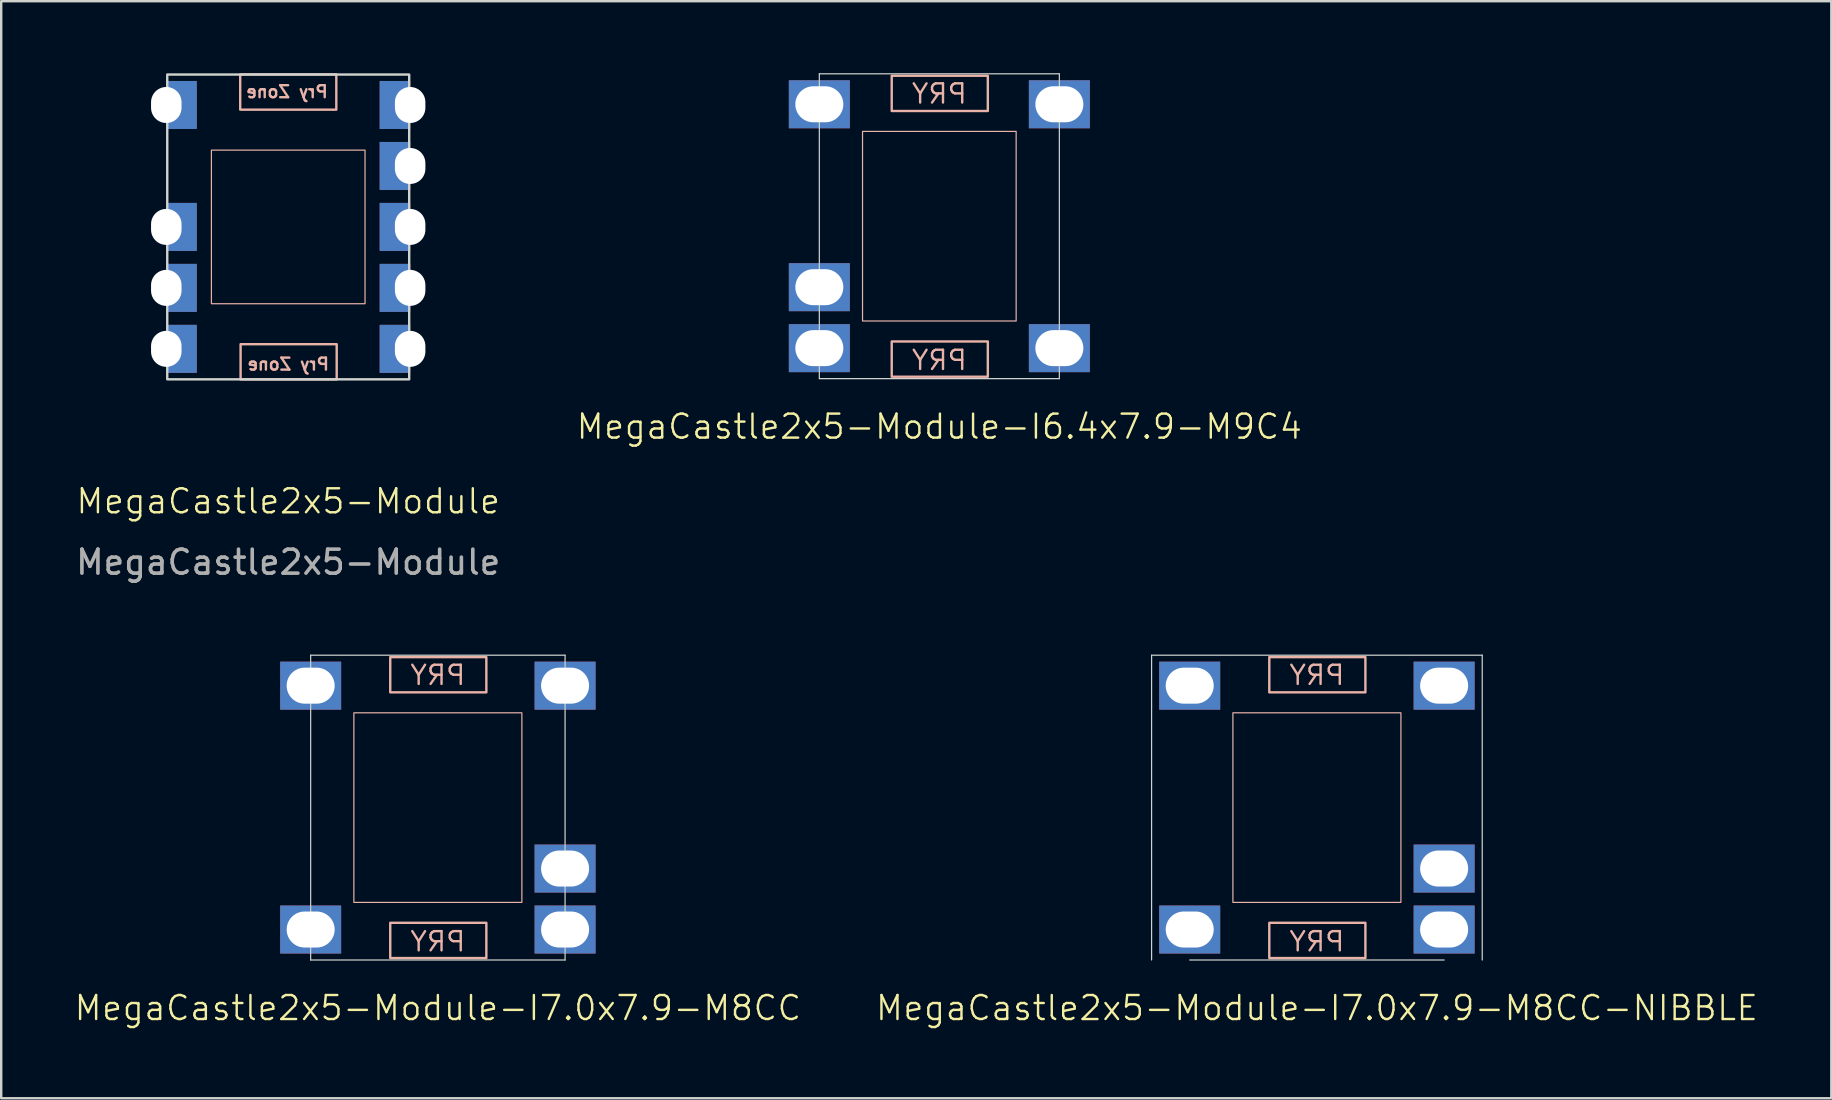
<source format=kicad_pcb>
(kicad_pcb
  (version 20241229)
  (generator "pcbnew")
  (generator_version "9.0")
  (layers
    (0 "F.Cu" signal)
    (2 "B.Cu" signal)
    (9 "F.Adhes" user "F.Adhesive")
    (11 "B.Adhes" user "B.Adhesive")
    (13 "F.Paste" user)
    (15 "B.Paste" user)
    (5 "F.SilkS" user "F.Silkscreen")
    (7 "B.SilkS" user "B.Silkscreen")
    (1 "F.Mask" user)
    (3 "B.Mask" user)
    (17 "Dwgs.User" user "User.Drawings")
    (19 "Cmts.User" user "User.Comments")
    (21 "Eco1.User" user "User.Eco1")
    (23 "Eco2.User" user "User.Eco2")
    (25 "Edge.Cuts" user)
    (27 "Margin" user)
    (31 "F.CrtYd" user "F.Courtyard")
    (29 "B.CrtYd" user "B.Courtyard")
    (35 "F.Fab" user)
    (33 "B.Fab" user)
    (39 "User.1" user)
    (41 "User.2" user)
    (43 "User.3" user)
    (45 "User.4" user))
  (footprint "MegaCastle2x5-Module-I7.0x7.9-M8CC-NIBBLE"
    (layer "F.Cu")
    (at 51.817 30.597)
    (property "Reference" "MegaCastle2x5-Module-I7.0x7.9-M8CC-NIBBLE" (at 0 8.35 0) (unlocked yes) (layer "F.SilkS") (effects (font (size 1 1) (thickness 0.1))))
    (attr smd)
    (fp_rect (start -3.5 3.95) (end 3.5 -3.95) (stroke (width 0.05) (type default)) (fill no) (layer "B.SilkS"))
    (fp_rect (start -1.984 -4.801) (end 2.02 -6.27) (stroke (width 0.1) (type default)) (fill no) (layer "B.SilkS"))
    (fp_rect (start -1.984 4.801) (end 2.02 6.27) (stroke (width 0.1) (type default)) (fill no) (layer "B.SilkS"))
    (fp_line (start -6.888 -6.35) (end -6.888 6.35) (stroke (width 0.05) (type default)) (layer "Edge.Cuts"))
    (fp_line (start -6.888 -6.35) (end 6.888 -6.35) (stroke (width 0.05) (type default)) (layer "Edge.Cuts"))
    (fp_line (start -5.3 6.35) (end 5.3 6.35) (stroke (width 0.05) (type default)) (layer "Edge.Cuts"))
    (fp_line (start 6.888 -6.35) (end 6.888 6.35) (stroke (width 0.05) (type default)) (layer "Edge.Cuts"))
    (fp_text user "PRY" (at 0 -5.05 0) (unlocked yes) (layer "B.SilkS") (effects (font (size 0.8 0.8) (thickness 0.1)) (justify bottom mirror)))
    (fp_text user "PRY" (at 0 6.05 0) (unlocked yes) (layer "B.SilkS") (effects (font (size 0.8 0.8) (thickness 0.1)) (justify bottom mirror)))
    (pad "1" thru_hole rect (at -5.3 -5.08) (size 2.54 2) (drill oval 2 1.5) (property pad_prop_castellated) (layers "*.Cu" "*.Mask"))
    (pad "5" thru_hole rect (at -5.3 5.08) (size 2.54 2) (drill oval 2 1.5) (property pad_prop_castellated) (layers "*.Cu" "*.Mask"))
    (pad "6" thru_hole rect (at 5.3 -5.08) (size 2.54 2) (drill oval 2 1.5) (property pad_prop_castellated) (layers "*.Cu" "*.Mask"))
    (pad "9" thru_hole rect (at 5.3 2.54) (size 2.54 2) (drill oval 2 1.5) (property pad_prop_castellated) (layers "*.Cu" "*.Mask"))
    (pad "10" thru_hole rect (at 5.3 5.08) (size 2.54 2) (drill oval 2 1.5) (property pad_prop_castellated) (layers "*.Cu" "*.Mask"))
    (zone (net_name "") (layer "B.Cu") (hatch edge 0.5) (connect_pads) (min_thickness 0.25) (filled_areas_thickness no) (keepout (tracks allowed) (vias allowed) (pads allowed) (copperpour allowed) (footprints not_allowed)) (placement (enabled no)) (fill) (polygon (pts (xy 46.517 36.947) (xy 46.517 24.247) (xy 48.317 24.247) (xy 48.317 36.947))))
    (zone (net_name "") (layer "B.Cu") (hatch edge 0.5) (connect_pads) (min_thickness 0.25) (filled_areas_thickness no) (keepout (tracks allowed) (vias allowed) (pads allowed) (copperpour allowed) (footprints not_allowed)) (placement (enabled no)) (fill) (polygon (pts (xy 48.317 24.247) (xy 48.317 26.647) (xy 55.317 26.647) (xy 55.317 24.247))))
    (zone (net_name "") (layer "B.Cu") (hatch edge 0.5) (connect_pads) (min_thickness 0.25) (filled_areas_thickness no) (keepout (tracks allowed) (vias allowed) (pads allowed) (copperpour allowed) (footprints not_allowed)) (placement (enabled no)) (fill) (polygon (pts (xy 48.317 36.947) (xy 48.317 34.547) (xy 55.317 34.547) (xy 55.317 36.947))))
    (zone (net_name "") (layer "B.Cu") (name "Upper Pry Zone") (hatch edge 0.5) (connect_pads) (min_thickness 0.25) (filled_areas_thickness no) (keepout (tracks not_allowed) (vias not_allowed) (pads not_allowed) (copperpour allowed) (footprints not_allowed)) (placement (enabled no)) (fill) (polygon (pts (xy 49.832 25.796) (xy 49.832 24.327) (xy 53.836 24.327) (xy 53.836 25.796))))
    (zone (net_name "") (layer "B.Cu") (name "Upper Pry Zone") (hatch edge 0.5) (connect_pads) (min_thickness 0.25) (filled_areas_thickness no) (keepout (tracks not_allowed) (vias not_allowed) (pads not_allowed) (copperpour allowed) (footprints not_allowed)) (placement (enabled no)) (fill) (polygon (pts (xy 49.832 35.399) (xy 49.832 36.867) (xy 53.836 36.867) (xy 53.836 35.399))))
    (zone (net_name "") (layer "B.Cu") (hatch edge 0.5) (connect_pads) (min_thickness 0.25) (filled_areas_thickness no) (keepout (tracks allowed) (vias allowed) (pads allowed) (copperpour allowed) (footprints not_allowed)) (placement (enabled no)) (fill) (polygon (pts (xy 57.117 36.947) (xy 57.117 24.247) (xy 55.317 24.247) (xy 55.317 36.947)))))
  (footprint "MegaCastle2x5-Module-I6.4x7.9-M9C4"
    (layer "F.Cu")
    (at 36.086 6.375)
    (property "Reference" "MegaCastle2x5-Module-I6.4x7.9-M9C4" (at 0 8.35 0) (unlocked yes) (layer "F.SilkS") (effects (font (size 1 1) (thickness 0.1))))
    (attr smd)
    (fp_rect (start -3.2 3.95) (end 3.2 -3.95) (stroke (width 0.05) (type default)) (fill no) (layer "B.SilkS"))
    (fp_rect (start -1.984 -4.801) (end 2.02 -6.27) (stroke (width 0.1) (type default)) (fill no) (layer "B.SilkS"))
    (fp_rect (start -1.984 4.801) (end 2.02 6.27) (stroke (width 0.1) (type default)) (fill no) (layer "B.SilkS"))
    (fp_line (start -5 -6.35) (end -5 6.35) (stroke (width 0.05) (type default)) (layer "Edge.Cuts"))
    (fp_line (start -5 -6.35) (end 5 -6.35) (stroke (width 0.05) (type default)) (layer "Edge.Cuts"))
    (fp_line (start -5 6.35) (end 5 6.35) (stroke (width 0.05) (type default)) (layer "Edge.Cuts"))
    (fp_line (start 5 -6.35) (end 5 6.35) (stroke (width 0.05) (type default)) (layer "Edge.Cuts"))
    (fp_text user "PRY" (at 0 -5.05 0) (unlocked yes) (layer "B.SilkS") (effects (font (size 0.8 0.8) (thickness 0.1)) (justify bottom mirror)))
    (fp_text user "PRY" (at 0 6.05 0) (unlocked yes) (layer "B.SilkS") (effects (font (size 0.8 0.8) (thickness 0.1)) (justify bottom mirror)))
    (pad "1" thru_hole rect (at -5 -5.08) (size 2.54 2) (drill oval 2 1.5) (property pad_prop_castellated) (layers "*.Cu" "*.Mask"))
    (pad "4" thru_hole rect (at -5 2.54) (size 2.54 2) (drill oval 2 1.5) (property pad_prop_castellated) (layers "*.Cu" "*.Mask"))
    (pad "5" thru_hole rect (at -5 5.08) (size 2.54 2) (drill oval 2 1.5) (property pad_prop_castellated) (layers "*.Cu" "*.Mask"))
    (pad "6" thru_hole rect (at 5 -5.08) (size 2.54 2) (drill oval 2 1.5) (property pad_prop_castellated) (layers "*.Cu" "*.Mask"))
    (pad "10" thru_hole rect (at 5 5.08) (size 2.54 2) (drill oval 2 1.5) (property pad_prop_castellated) (layers "*.Cu" "*.Mask"))
    (zone (net_name "") (layer "B.Cu") (hatch edge 0.5) (connect_pads) (min_thickness 0.25) (filled_areas_thickness no) (keepout (tracks allowed) (vias allowed) (pads allowed) (copperpour allowed) (footprints not_allowed)) (placement (enabled no)) (fill) (polygon (pts (xy 31.086 12.725) (xy 31.086 0.025) (xy 32.886 0.025) (xy 32.886 12.725))))
    (zone (net_name "") (layer "B.Cu") (hatch edge 0.5) (connect_pads) (min_thickness 0.25) (filled_areas_thickness no) (keepout (tracks allowed) (vias allowed) (pads allowed) (copperpour allowed) (footprints not_allowed)) (placement (enabled no)) (fill) (polygon (pts (xy 32.886 0.025) (xy 32.886 2.425) (xy 39.286 2.425) (xy 39.286 0.025))))
    (zone (net_name "") (layer "B.Cu") (hatch edge 0.5) (connect_pads) (min_thickness 0.25) (filled_areas_thickness no) (keepout (tracks allowed) (vias allowed) (pads allowed) (copperpour allowed) (footprints not_allowed)) (placement (enabled no)) (fill) (polygon (pts (xy 32.886 12.725) (xy 32.886 10.325) (xy 39.286 10.325) (xy 39.286 12.725))))
    (zone (net_name "") (layer "B.Cu") (name "Upper Pry Zone") (hatch edge 0.5) (connect_pads) (min_thickness 0.25) (filled_areas_thickness no) (keepout (tracks not_allowed) (vias not_allowed) (pads not_allowed) (copperpour allowed) (footprints not_allowed)) (placement (enabled no)) (fill) (polygon (pts (xy 34.101 1.574) (xy 34.101 0.105) (xy 38.105 0.105) (xy 38.105 1.574))))
    (zone (net_name "") (layer "B.Cu") (name "Upper Pry Zone") (hatch edge 0.5) (connect_pads) (min_thickness 0.25) (filled_areas_thickness no) (keepout (tracks not_allowed) (vias not_allowed) (pads not_allowed) (copperpour allowed) (footprints not_allowed)) (placement (enabled no)) (fill) (polygon (pts (xy 34.101 11.176) (xy 34.101 12.645) (xy 38.105 12.645) (xy 38.105 11.176))))
    (zone (net_name "") (layer "B.Cu") (hatch edge 0.5) (connect_pads) (min_thickness 0.25) (filled_areas_thickness no) (keepout (tracks allowed) (vias allowed) (pads allowed) (copperpour allowed) (footprints not_allowed)) (placement (enabled no)) (fill) (polygon (pts (xy 41.086 12.725) (xy 41.086 0.025) (xy 39.286 0.025) (xy 39.286 12.725)))))
  (footprint "MegaCastle2x5-Module-I7.0x7.9-M8CC"
    (layer "F.Cu")
    (at 15.193 30.597)
    (property "Reference" "MegaCastle2x5-Module-I7.0x7.9-M8CC" (at 0 8.35 0) (unlocked yes) (layer "F.SilkS") (effects (font (size 1 1) (thickness 0.1))))
    (attr smd)
    (fp_rect (start -3.5 3.95) (end 3.5 -3.95) (stroke (width 0.05) (type default)) (fill no) (layer "B.SilkS"))
    (fp_rect (start -1.984 -4.801) (end 2.02 -6.27) (stroke (width 0.1) (type default)) (fill no) (layer "B.SilkS"))
    (fp_rect (start -1.984 4.801) (end 2.02 6.27) (stroke (width 0.1) (type default)) (fill no) (layer "B.SilkS"))
    (fp_line (start -5.3 -6.35) (end -5.3 6.35) (stroke (width 0.05) (type default)) (layer "Edge.Cuts"))
    (fp_line (start -5.3 -6.35) (end 5.3 -6.35) (stroke (width 0.05) (type default)) (layer "Edge.Cuts"))
    (fp_line (start -5.3 6.35) (end 5.3 6.35) (stroke (width 0.05) (type default)) (layer "Edge.Cuts"))
    (fp_line (start 5.3 -6.35) (end 5.3 6.35) (stroke (width 0.05) (type default)) (layer "Edge.Cuts"))
    (fp_text user "PRY" (at 0 6.05 0) (unlocked yes) (layer "B.SilkS") (effects (font (size 0.8 0.8) (thickness 0.1)) (justify bottom mirror)))
    (fp_text user "PRY" (at 0 -5.05 0) (unlocked yes) (layer "B.SilkS") (effects (font (size 0.8 0.8) (thickness 0.1)) (justify bottom mirror)))
    (pad "1" thru_hole rect (at -5.3 -5.08) (size 2.54 2) (drill oval 2 1.5) (property pad_prop_castellated) (layers "*.Cu" "*.Mask"))
    (pad "5" thru_hole rect (at -5.3 5.08) (size 2.54 2) (drill oval 2 1.5) (property pad_prop_castellated) (layers "*.Cu" "*.Mask"))
    (pad "6" thru_hole rect (at 5.3 -5.08) (size 2.54 2) (drill oval 2 1.5) (property pad_prop_castellated) (layers "*.Cu" "*.Mask"))
    (pad "9" thru_hole rect (at 5.3 2.54) (size 2.54 2) (drill oval 2 1.5) (property pad_prop_castellated) (layers "*.Cu" "*.Mask"))
    (pad "10" thru_hole rect (at 5.3 5.08) (size 2.54 2) (drill oval 2 1.5) (property pad_prop_castellated) (layers "*.Cu" "*.Mask"))
    (zone (net_name "") (layer "B.Cu") (hatch edge 0.5) (connect_pads) (min_thickness 0.25) (filled_areas_thickness no) (keepout (tracks allowed) (vias allowed) (pads allowed) (copperpour allowed) (footprints not_allowed)) (placement (enabled no)) (fill) (polygon (pts (xy 9.893 36.947) (xy 9.893 24.247) (xy 11.693 24.247) (xy 11.693 36.947))))
    (zone (net_name "") (layer "B.Cu") (hatch edge 0.5) (connect_pads) (min_thickness 0.25) (filled_areas_thickness no) (keepout (tracks allowed) (vias allowed) (pads allowed) (copperpour allowed) (footprints not_allowed)) (placement (enabled no)) (fill) (polygon (pts (xy 11.693 24.247) (xy 11.693 26.647) (xy 18.693 26.647) (xy 18.693 24.247))))
    (zone (net_name "") (layer "B.Cu") (hatch edge 0.5) (connect_pads) (min_thickness 0.25) (filled_areas_thickness no) (keepout (tracks allowed) (vias allowed) (pads allowed) (copperpour allowed) (footprints not_allowed)) (placement (enabled no)) (fill) (polygon (pts (xy 11.693 36.947) (xy 11.693 34.547) (xy 18.693 34.547) (xy 18.693 36.947))))
    (zone (net_name "") (layer "B.Cu") (name "Upper Pry Zone") (hatch edge 0.5) (connect_pads) (min_thickness 0.25) (filled_areas_thickness no) (keepout (tracks not_allowed) (vias not_allowed) (pads not_allowed) (copperpour allowed) (footprints not_allowed)) (placement (enabled no)) (fill) (polygon (pts (xy 13.209 25.796) (xy 13.209 24.327) (xy 17.212 24.327) (xy 17.212 25.796))))
    (zone (net_name "") (layer "B.Cu") (name "Upper Pry Zone") (hatch edge 0.5) (connect_pads) (min_thickness 0.25) (filled_areas_thickness no) (keepout (tracks not_allowed) (vias not_allowed) (pads not_allowed) (copperpour allowed) (footprints not_allowed)) (placement (enabled no)) (fill) (polygon (pts (xy 13.209 35.399) (xy 13.209 36.867) (xy 17.212 36.867) (xy 17.212 35.399))))
    (zone (net_name "") (layer "B.Cu") (hatch edge 0.5) (connect_pads) (min_thickness 0.25) (filled_areas_thickness no) (keepout (tracks allowed) (vias allowed) (pads allowed) (copperpour allowed) (footprints not_allowed)) (placement (enabled no)) (fill) (polygon (pts (xy 20.493 36.947) (xy 20.493 24.247) (xy 18.693 24.247) (xy 18.693 36.947)))))
  (footprint "MegaCastle2x5-Module"
    (layer "F.Cu")
    (at 8.958 6.404)
    (property "Reference" "MegaCastle2x5-Module" (at 0 11.43 0) (unlocked yes) (layer "F.SilkS") (effects (font (size 1 1) (thickness 0.1))))
    (attr smd)
    (fp_rect (start -3.2 3.2) (end 3.2 -3.2) (stroke (width 0.05) (type default)) (fill no) (layer "B.SilkS"))
    (fp_rect (start -2 -6.354) (end 2.004 -4.886) (stroke (width 0.1) (type default)) (fill no) (layer "B.SilkS"))
    (fp_rect (start -1.984 4.886) (end 2.02 6.354) (stroke (width 0.1) (type default)) (fill no) (layer "B.SilkS"))
    (fp_rect (start -5.04 -6.35) (end 5.04 6.35) (stroke (width 0.1) (type default)) (fill no) (layer "Edge.Cuts"))
    (fp_text user "Pry Zone" (at 1.705 -5.339 0) (unlocked yes) (layer "B.SilkS") (effects (font (size 0.5 0.5) (thickness 0.1)) (justify left bottom mirror)))
    (fp_text user "Pry Zone" (at 1.756 6.011 0) (unlocked yes) (layer "B.SilkS") (effects (font (size 0.5 0.5) (thickness 0.1)) (justify left bottom mirror)))
    (fp_text user "${REFERENCE}" (at 0 13.97 0) (unlocked yes) (layer "F.Fab") (effects (font (size 1 1) (thickness 0.15))))
    (pad "1" thru_hole rect (at -5.08 -5.08) (size 1.27 2) (drill oval 2 1.5 (offset 0.635 0)) (property pad_prop_castellated) (layers "*.Cu" "*.Mask"))
    (pad "3" thru_hole rect (at -5.08 0) (size 1.27 2) (drill oval 2 1.5 (offset 0.635 0)) (property pad_prop_castellated) (layers "*.Cu" "*.Mask"))
    (pad "4" thru_hole rect (at -5.08 2.54) (size 1.27 2) (drill oval 2 1.5 (offset 0.635 0)) (property pad_prop_castellated) (layers "*.Cu" "*.Mask"))
    (pad "5" thru_hole rect (at -5.08 5.08) (size 1.27 2) (drill oval 2 1.5 (offset 0.635 0)) (property pad_prop_castellated) (layers "*.Cu" "*.Mask"))
    (pad "6" thru_hole rect (at 5.08 -5.08) (size 1.27 2) (drill oval 2 1.5 (offset -0.635 0)) (property pad_prop_castellated) (layers "*.Cu" "*.Mask"))
    (pad "7" thru_hole rect (at 5.08 -2.54) (size 1.27 2) (drill oval 2 1.5 (offset -0.635 0)) (property pad_prop_castellated) (layers "*.Cu" "*.Mask"))
    (pad "8" thru_hole rect (at 5.08 0) (size 1.27 2) (drill oval 2 1.5 (offset -0.635 0)) (property pad_prop_castellated) (layers "*.Cu" "*.Mask"))
    (pad "9" thru_hole rect (at 5.08 2.54) (size 1.27 2) (drill oval 2 1.5 (offset -0.635 0)) (property pad_prop_castellated) (layers "*.Cu" "*.Mask"))
    (pad "10" thru_hole rect (at 5.08 5.08) (size 1.27 2) (drill oval 2 1.5 (offset -0.635 0)) (property pad_prop_castellated) (layers "*.Cu" "*.Mask"))
    (zone (net_name "") (layer "B.Cu") (hatch edge 0.5) (connect_pads) (min_thickness 0.25) (filled_areas_thickness no) (keepout (tracks allowed) (vias allowed) (pads allowed) (copperpour allowed) (footprints not_allowed)) (placement (enabled no)) (fill) (polygon (pts (xy 3.831 9.86) (xy 3.841 2.997) (xy 5.577 2.998) (xy 5.562 9.86))))
    (zone (net_name "") (layer "B.Cu") (name "Upper Pry Zone") (hatch edge 0.5) (connect_pads) (min_thickness 0.25) (filled_areas_thickness no) (keepout (tracks not_allowed) (vias not_allowed) (pads not_allowed) (copperpour allowed) (footprints not_allowed)) (placement (enabled no)) (fill) (polygon (pts (xy 6.96 1.512) (xy 6.957 0.049) (xy 10.963 0.055) (xy 10.951 1.515))))
    (zone (net_name "") (layer "B.Cu") (name "Lower Pry Zone") (hatch edge 0.5) (connect_pads) (min_thickness 0.25) (filled_areas_thickness no) (keepout (tracks not_allowed) (vias not_allowed) (pads not_allowed) (copperpour allowed) (footprints not_allowed)) (placement (enabled no)) (fill) (polygon (pts (xy 6.986 12.75) (xy 6.982 11.287) (xy 10.989 11.293) (xy 10.976 12.753))))
    (zone (net_name "") (layer "B.Cu") (hatch edge 0.5) (connect_pads) (min_thickness 0.25) (filled_areas_thickness no) (keepout (tracks allowed) (vias allowed) (pads allowed) (copperpour allowed) (footprints not_allowed)) (placement (enabled no)) (fill) (polygon (pts (xy 14.068 9.818) (xy 14.1 3.019) (xy 12.374 3.006) (xy 12.364 9.828))))
    (zone (net_name "") (layer "B.Cu") (hatch edge 0.5) (connect_pads) (min_thickness 0.25) (filled_areas_thickness no) (keepout (tracks allowed) (vias allowed) (pads allowed) (copperpour allowed) (footprints not_allowed)) (placement (enabled no)) (fill) (polygon (pts (xy 3.878 0.054) (xy 3.866 3.004) (xy 14.064 3.025) (xy 14.038 0.054) (xy 10.963 0.055) (xy 10.951 1.515) (xy 6.96 1.512) (xy 6.957 0.049))))
    (zone (net_name "") (layer "B.Cu") (hatch edge 0.5) (connect_pads) (min_thickness 0.25) (filled_areas_thickness no) (keepout (tracks allowed) (vias allowed) (pads allowed) (copperpour allowed) (footprints not_allowed)) (placement (enabled no)) (fill) (polygon (pts (xy 3.887 12.711) (xy 3.875 9.76) (xy 14.073 9.74) (xy 14.047 12.711) (xy 10.972 12.71) (xy 10.959 11.249) (xy 6.969 11.252) (xy 6.966 12.716)))))
  (gr_rect
    (start -3 -3)
    (end 73.248 42.708)
    (stroke (width 0.1) (type default))
    (fill no)
    (layer "Edge.Cuts")))
</source>
